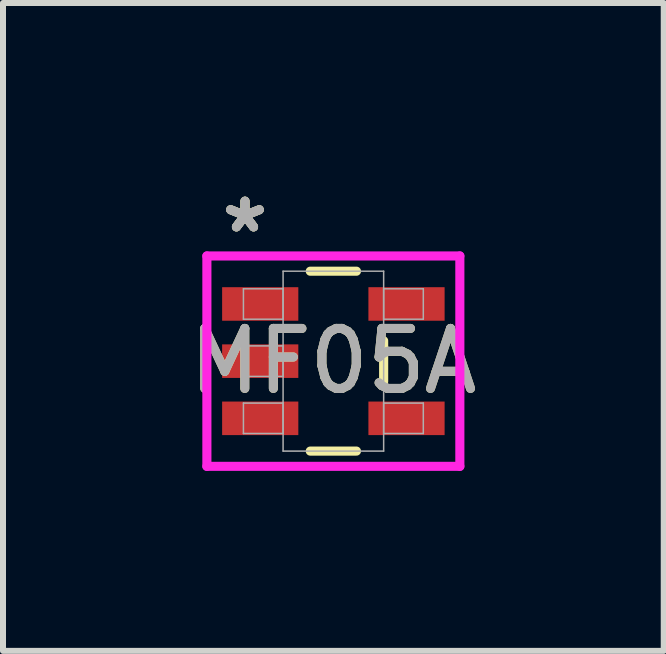
<source format=kicad_pcb>
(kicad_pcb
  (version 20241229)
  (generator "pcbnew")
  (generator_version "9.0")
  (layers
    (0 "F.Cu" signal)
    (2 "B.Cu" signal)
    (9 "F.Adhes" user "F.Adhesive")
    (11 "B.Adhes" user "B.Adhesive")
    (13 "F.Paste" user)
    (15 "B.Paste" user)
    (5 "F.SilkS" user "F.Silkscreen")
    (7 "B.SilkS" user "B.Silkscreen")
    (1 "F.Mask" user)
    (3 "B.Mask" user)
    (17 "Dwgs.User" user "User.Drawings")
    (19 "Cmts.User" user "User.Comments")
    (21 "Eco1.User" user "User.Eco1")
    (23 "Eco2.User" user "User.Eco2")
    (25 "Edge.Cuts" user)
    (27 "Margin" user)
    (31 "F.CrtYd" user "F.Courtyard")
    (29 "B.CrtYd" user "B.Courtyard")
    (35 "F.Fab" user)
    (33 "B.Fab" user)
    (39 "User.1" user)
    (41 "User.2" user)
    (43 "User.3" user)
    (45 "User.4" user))
  (footprint "MF05A"
    (layer "F.Cu")
    (at 2.506 2.969)
    (property "Reference" "MF05A" (at 0 0 0) (unlocked yes) (layer "F.SilkS") (effects (font (size 1 1) (thickness 0.15))))
    (attr smd)
    (fp_line (start -0.385 1.499) (end 0.385 1.499) (stroke (width 0.152) (type solid)) (layer "F.SilkS"))
    (fp_line (start 0.385 -1.499) (end -0.385 -1.499) (stroke (width 0.152) (type solid)) (layer "F.SilkS"))
    (fp_line (start 0.838 0.34) (end 0.838 -0.34) (stroke (width 0.152) (type solid)) (layer "F.SilkS"))
    (fp_line (start -2.108 -1.753) (end 2.108 -1.753) (stroke (width 0.152) (type solid)) (layer "F.CrtYd"))
    (fp_line (start -2.108 1.753) (end -2.108 -1.753) (stroke (width 0.152) (type solid)) (layer "F.CrtYd"))
    (fp_line (start 2.108 -1.753) (end 2.108 1.753) (stroke (width 0.152) (type solid)) (layer "F.CrtYd"))
    (fp_line (start 2.108 1.753) (end -2.108 1.753) (stroke (width 0.152) (type solid)) (layer "F.CrtYd"))
    (fp_line (start -1.499 -1.206) (end -1.499 -0.699) (stroke (width 0.025) (type solid)) (layer "F.Fab"))
    (fp_line (start -1.499 -0.699) (end -0.838 -0.699) (stroke (width 0.025) (type solid)) (layer "F.Fab"))
    (fp_line (start -1.499 -0.254) (end -1.499 0.254) (stroke (width 0.025) (type solid)) (layer "F.Fab"))
    (fp_line (start -1.499 0.254) (end -0.838 0.254) (stroke (width 0.025) (type solid)) (layer "F.Fab"))
    (fp_line (start -1.499 0.699) (end -1.499 1.206) (stroke (width 0.025) (type solid)) (layer "F.Fab"))
    (fp_line (start -1.499 1.206) (end -0.838 1.206) (stroke (width 0.025) (type solid)) (layer "F.Fab"))
    (fp_line (start -0.838 -1.499) (end -0.838 1.499) (stroke (width 0.025) (type solid)) (layer "F.Fab"))
    (fp_line (start -0.838 -1.206) (end -1.499 -1.206) (stroke (width 0.025) (type solid)) (layer "F.Fab"))
    (fp_line (start -0.838 -0.699) (end -0.838 -1.206) (stroke (width 0.025) (type solid)) (layer "F.Fab"))
    (fp_line (start -0.838 -0.254) (end -1.499 -0.254) (stroke (width 0.025) (type solid)) (layer "F.Fab"))
    (fp_line (start -0.838 0.254) (end -0.838 -0.254) (stroke (width 0.025) (type solid)) (layer "F.Fab"))
    (fp_line (start -0.838 0.699) (end -1.499 0.699) (stroke (width 0.025) (type solid)) (layer "F.Fab"))
    (fp_line (start -0.838 1.206) (end -0.838 0.699) (stroke (width 0.025) (type solid)) (layer "F.Fab"))
    (fp_line (start -0.838 1.499) (end 0.838 1.499) (stroke (width 0.025) (type solid)) (layer "F.Fab"))
    (fp_line (start 0.838 -1.499) (end -0.838 -1.499) (stroke (width 0.025) (type solid)) (layer "F.Fab"))
    (fp_line (start 0.838 -1.206) (end 0.838 -0.699) (stroke (width 0.025) (type solid)) (layer "F.Fab"))
    (fp_line (start 0.838 -0.699) (end 1.499 -0.699) (stroke (width 0.025) (type solid)) (layer "F.Fab"))
    (fp_line (start 0.838 0.699) (end 0.838 1.206) (stroke (width 0.025) (type solid)) (layer "F.Fab"))
    (fp_line (start 0.838 1.206) (end 1.499 1.206) (stroke (width 0.025) (type solid)) (layer "F.Fab"))
    (fp_line (start 0.838 1.499) (end 0.838 -1.499) (stroke (width 0.025) (type solid)) (layer "F.Fab"))
    (fp_line (start 1.499 -1.206) (end 0.838 -1.206) (stroke (width 0.025) (type solid)) (layer "F.Fab"))
    (fp_line (start 1.499 -0.699) (end 1.499 -1.206) (stroke (width 0.025) (type solid)) (layer "F.Fab"))
    (fp_line (start 1.499 0.699) (end 0.838 0.699) (stroke (width 0.025) (type solid)) (layer "F.Fab"))
    (fp_line (start 1.499 1.206) (end 1.499 0.699) (stroke (width 0.025) (type solid)) (layer "F.Fab"))
    (fp_text user "*" (at -1.473 -2.121 0) (layer "F.SilkS") (effects (font (size 1 1) (thickness 0.15))))
    (fp_text user "*" (at -1.473 -2.121 0) (unlocked yes) (layer "F.SilkS") (effects (font (size 1 1) (thickness 0.15))))
    (fp_text user "*" (at -1.473 -2.121 0) (layer "F.Fab") (effects (font (size 1 1) (thickness 0.15))))
    (fp_text user "${REFERENCE}" (at 0 0 0) (unlocked yes) (layer "F.Fab") (effects (font (size 1 1) (thickness 0.15))))
    (fp_text user "*" (at -1.473 -2.121 0) (unlocked yes) (layer "F.Fab") (effects (font (size 1 1) (thickness 0.15))))
    (pad "1" smd rect (at -1.219 -0.953) (size 1.27 0.559) (layers "F.Cu" "F.Mask" "F.Paste"))
    (pad "2" smd rect (at -1.219 0) (size 1.27 0.559) (layers "F.Cu" "F.Mask" "F.Paste"))
    (pad "3" smd rect (at -1.219 0.953) (size 1.27 0.559) (layers "F.Cu" "F.Mask" "F.Paste"))
    (pad "4" smd rect (at 1.219 0.953) (size 1.27 0.559) (layers "F.Cu" "F.Mask" "F.Paste"))
    (pad "5" smd rect (at 1.219 -0.953) (size 1.27 0.559) (layers "F.Cu" "F.Mask" "F.Paste")))
  (gr_rect
    (start -3 -3)
    (end 8.012 7.798)
    (stroke (width 0.1) (type default))
    (fill no)
    (layer "Edge.Cuts")))
</source>
